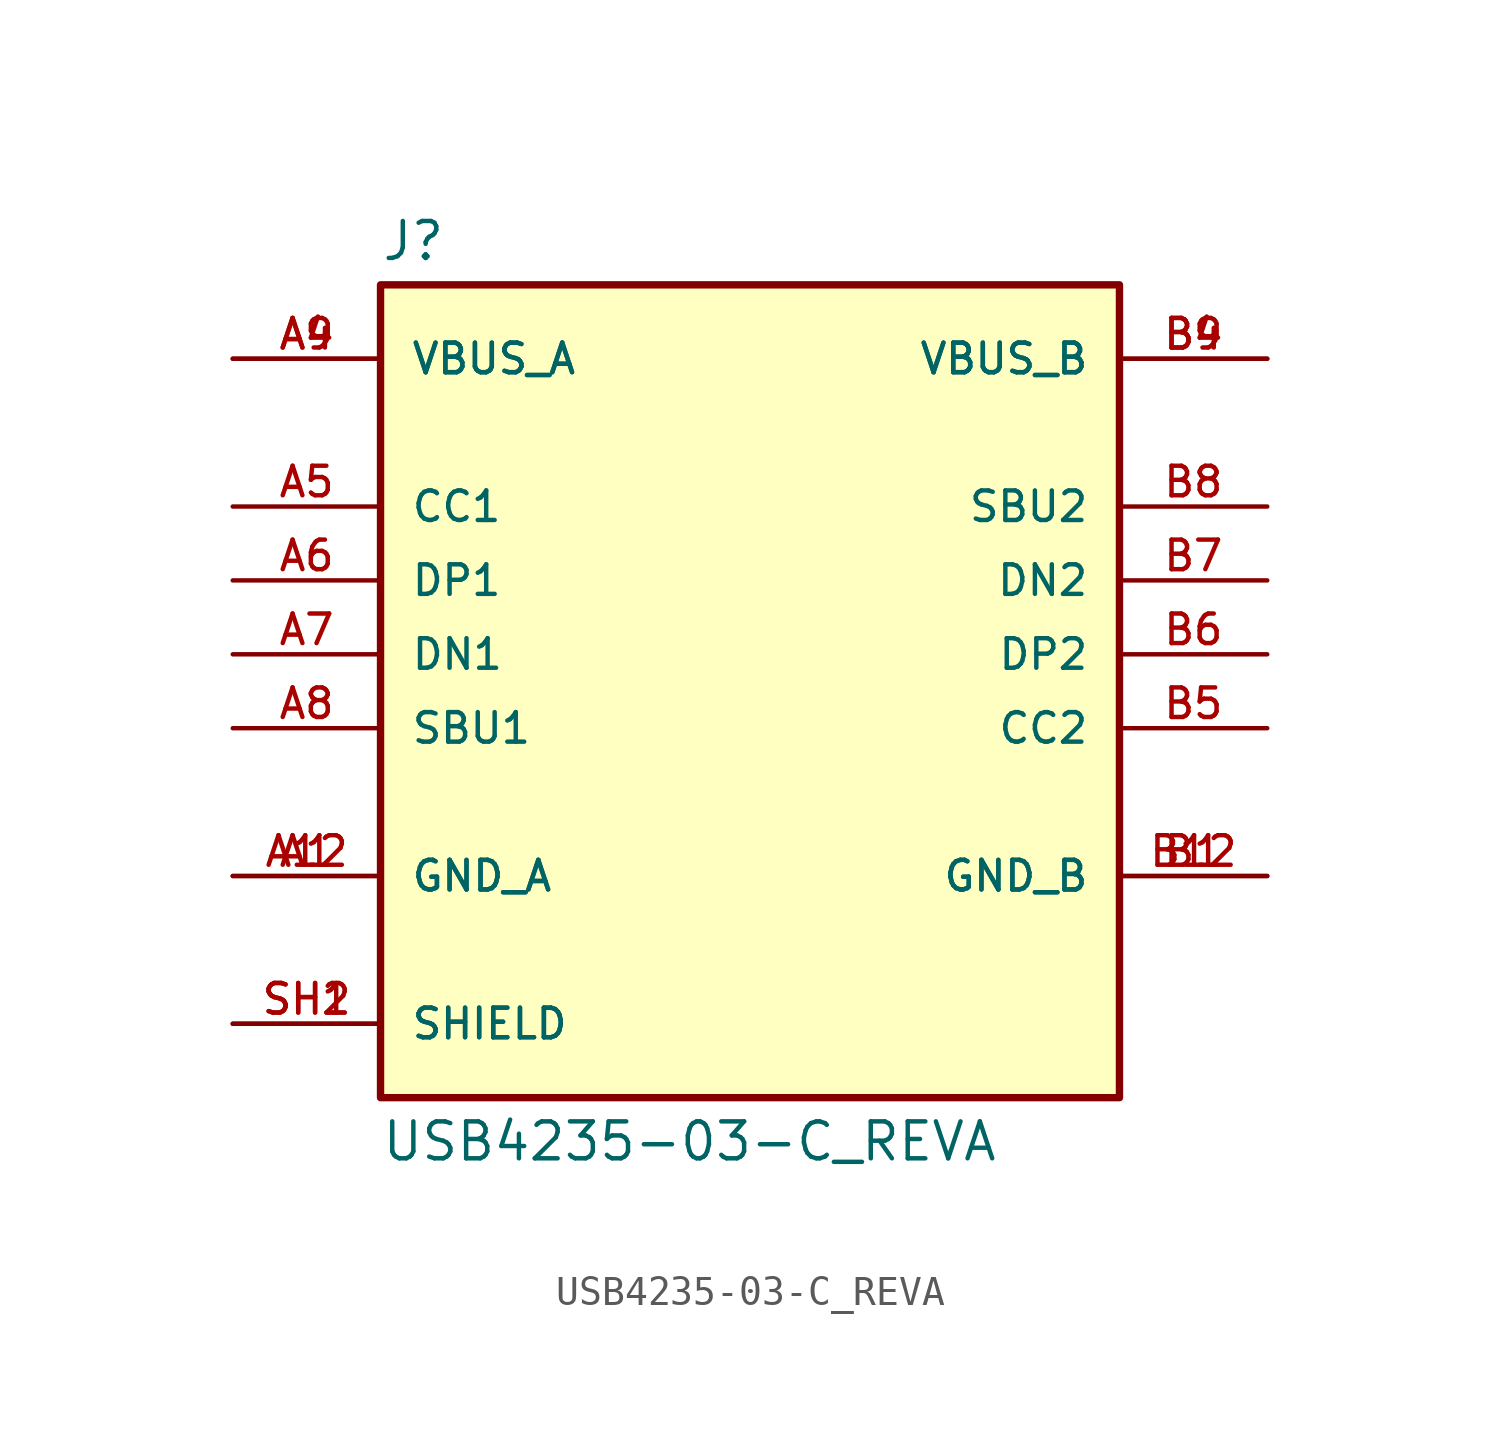
<source format=kicad_sym>
(kicad_symbol_lib
  (version 20211014)
  (generator kicad_symbol_editor)
  (symbol "USB4235-03-C_REVA"
    (pin_names
      (offset 1.016))
    (property "Reference" "J"
      (at -12.7 13.462 0)
      (effects (font (size 1.27 1.27)) (justify bottom left)))
    (property "Value" "USB4235-03-C_REVA"
      (at -12.7 -16.002 0.0)
      (effects (font (size 1.27 1.27)) (justify top left)))
    (symbol "USB4235-03-C_REVA_0_0"
      (rectangle (start -12.7 -15.24) (end 12.7 12.7) (stroke (width 0.254)) (fill (type background)))
      (pin power_in line (at -17.78 -7.62 0) (length 5.08) (name "GND_A" (effects (font (size 1.016 1.016)))) (number "A1" (effects (font (size 1.016 1.016)))))
      (pin power_in line (at -17.78 -7.62 0) (length 5.08) (name "GND_A" (effects (font (size 1.016 1.016)))) (number "A12" (effects (font (size 1.016 1.016)))))
      (pin power_in line (at -17.78 10.16 0) (length 5.08) (name "VBUS_A" (effects (font (size 1.016 1.016)))) (number "A4" (effects (font (size 1.016 1.016)))))
      (pin power_in line (at -17.78 10.16 0) (length 5.08) (name "VBUS_A" (effects (font (size 1.016 1.016)))) (number "A9" (effects (font (size 1.016 1.016)))))
      (pin bidirectional line (at -17.78 2.54 0) (length 5.08) (name "DP1" (effects (font (size 1.016 1.016)))) (number "A6" (effects (font (size 1.016 1.016)))))
      (pin bidirectional line (at -17.78 5.08 0) (length 5.08) (name "CC1" (effects (font (size 1.016 1.016)))) (number "A5" (effects (font (size 1.016 1.016)))))
      (pin bidirectional line (at -17.78 -2.54 0) (length 5.08) (name "SBU1" (effects (font (size 1.016 1.016)))) (number "A8" (effects (font (size 1.016 1.016)))))
      (pin bidirectional line (at -17.78 0.0 0) (length 5.08) (name "DN1" (effects (font (size 1.016 1.016)))) (number "A7" (effects (font (size 1.016 1.016)))))
      (pin passive line (at -17.78 -12.7 0) (length 5.08) (name "SHIELD" (effects (font (size 1.016 1.016)))) (number "SH1" (effects (font (size 1.016 1.016)))))
      (pin passive line (at -17.78 -12.7 0) (length 5.08) (name "SHIELD" (effects (font (size 1.016 1.016)))) (number "SH2" (effects (font (size 1.016 1.016)))))
      (pin power_in line (at 17.78 -7.62 180.0) (length 5.08) (name "GND_B" (effects (font (size 1.016 1.016)))) (number "B1" (effects (font (size 1.016 1.016)))))
      (pin power_in line (at 17.78 -7.62 180.0) (length 5.08) (name "GND_B" (effects (font (size 1.016 1.016)))) (number "B12" (effects (font (size 1.016 1.016)))))
      (pin power_in line (at 17.78 10.16 180.0) (length 5.08) (name "VBUS_B" (effects (font (size 1.016 1.016)))) (number "B4" (effects (font (size 1.016 1.016)))))
      (pin power_in line (at 17.78 10.16 180.0) (length 5.08) (name "VBUS_B" (effects (font (size 1.016 1.016)))) (number "B9" (effects (font (size 1.016 1.016)))))
      (pin bidirectional line (at 17.78 0.0 180.0) (length 5.08) (name "DP2" (effects (font (size 1.016 1.016)))) (number "B6" (effects (font (size 1.016 1.016)))))
      (pin bidirectional line (at 17.78 -2.54 180.0) (length 5.08) (name "CC2" (effects (font (size 1.016 1.016)))) (number "B5" (effects (font (size 1.016 1.016)))))
      (pin bidirectional line (at 17.78 5.08 180.0) (length 5.08) (name "SBU2" (effects (font (size 1.016 1.016)))) (number "B8" (effects (font (size 1.016 1.016)))))
      (pin bidirectional line (at 17.78 2.54 180.0) (length 5.08) (name "DN2" (effects (font (size 1.016 1.016)))) (number "B7" (effects (font (size 1.016 1.016))))))))
</source>
